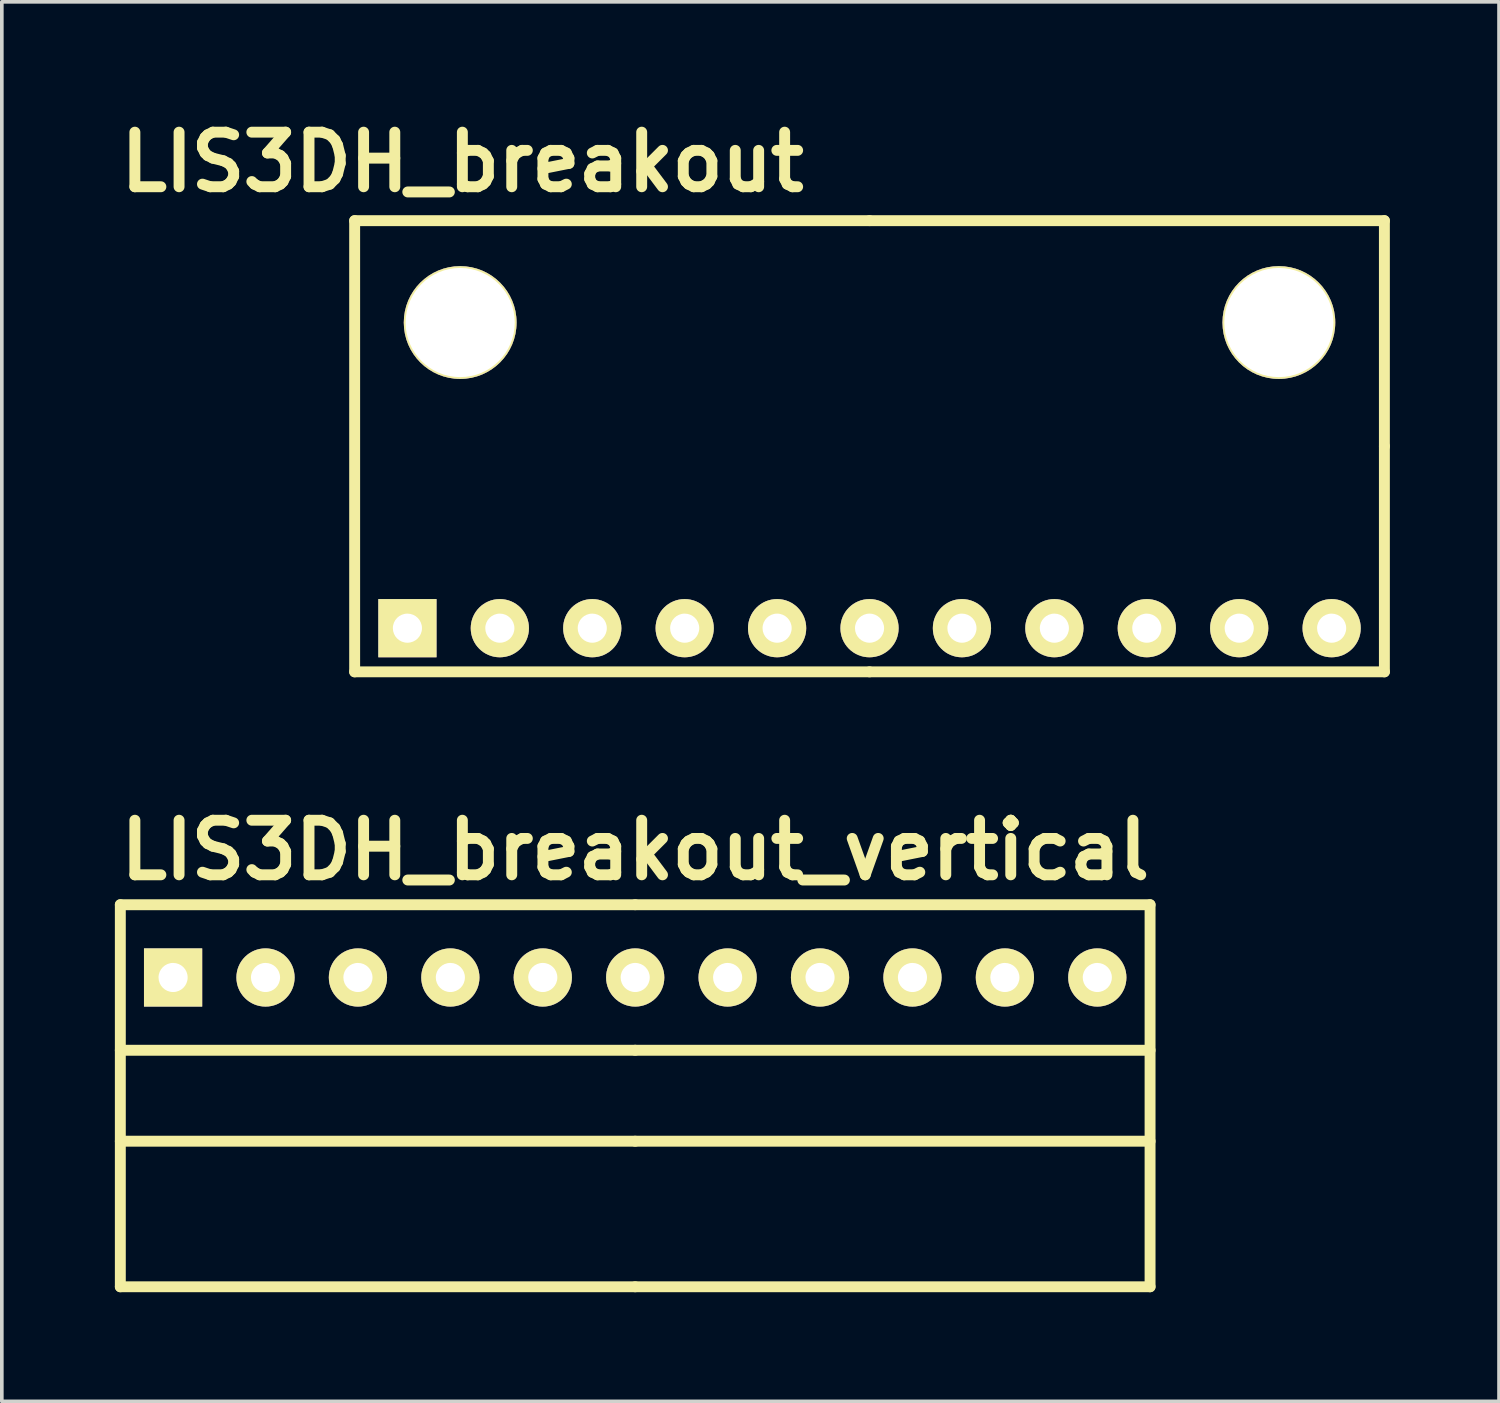
<source format=kicad_pcb>
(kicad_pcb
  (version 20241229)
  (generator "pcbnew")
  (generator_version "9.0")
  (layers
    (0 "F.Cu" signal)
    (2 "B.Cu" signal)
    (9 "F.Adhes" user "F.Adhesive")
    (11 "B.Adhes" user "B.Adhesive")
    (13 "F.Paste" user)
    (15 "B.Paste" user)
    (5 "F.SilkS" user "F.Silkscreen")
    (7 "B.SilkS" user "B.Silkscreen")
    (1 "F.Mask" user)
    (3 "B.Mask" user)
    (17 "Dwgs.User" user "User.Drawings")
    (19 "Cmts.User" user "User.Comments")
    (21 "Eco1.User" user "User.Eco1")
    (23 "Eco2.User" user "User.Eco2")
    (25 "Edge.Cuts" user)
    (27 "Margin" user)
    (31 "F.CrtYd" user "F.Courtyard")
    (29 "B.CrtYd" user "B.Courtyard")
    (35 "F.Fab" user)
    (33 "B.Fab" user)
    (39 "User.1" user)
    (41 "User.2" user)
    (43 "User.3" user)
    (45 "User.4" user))
  (footprint "LIS3DH_breakout_vertical"
    (layer "F.Cu")
    (at 14.407 18.814)
    (property "Reference" "LIS3DH_breakout_vertical" (at 0 1.5 0) (layer "F.SilkS") (effects (font (size 1.5 1.5) (thickness 0.3))))
    (attr through_hole)
    (fp_line (start -14.15 3) (end -14.15 13.5) (stroke (width 0.3) (type solid)) (layer "F.SilkS"))
    (fp_line (start -14.15 7) (end 0 7) (stroke (width 0.3) (type solid)) (layer "F.SilkS"))
    (fp_line (start 0 3) (end -14.15 3) (stroke (width 0.3) (type solid)) (layer "F.SilkS"))
    (fp_line (start 0 7) (end 14.15 7) (stroke (width 0.3) (type solid)) (layer "F.SilkS"))
    (fp_line (start 0 9.5) (end -14.15 9.5) (stroke (width 0.3) (type solid)) (layer "F.SilkS"))
    (fp_line (start 0 9.5) (end 14.15 9.5) (stroke (width 0.3) (type solid)) (layer "F.SilkS"))
    (fp_line (start 0 13.5) (end -14.15 13.5) (stroke (width 0.3) (type solid)) (layer "F.SilkS"))
    (fp_line (start 0 13.5) (end 14.15 13.5) (stroke (width 0.3) (type solid)) (layer "F.SilkS"))
    (fp_line (start 14.15 3) (end 0 3) (stroke (width 0.3) (type solid)) (layer "F.SilkS"))
    (fp_line (start 14.15 3) (end 14.15 13.5) (stroke (width 0.3) (type solid)) (layer "F.SilkS"))
    (pad "1" thru_hole rect (at -12.7 5) (size 1.6 1.6) (drill 0.8) (layers "*.Cu" "*.Mask" "F.SilkS"))
    (pad "2" thru_hole circle (at -10.16 5) (size 1.6 1.6) (drill 0.8) (layers "*.Cu" "*.Mask" "F.SilkS"))
    (pad "3" thru_hole circle (at -7.62 5) (size 1.6 1.6) (drill 0.8) (layers "*.Cu" "*.Mask" "F.SilkS"))
    (pad "4" thru_hole circle (at -5.08 5) (size 1.6 1.6) (drill 0.8) (layers "*.Cu" "*.Mask" "F.SilkS"))
    (pad "5" thru_hole circle (at -2.54 5) (size 1.6 1.6) (drill 0.8) (layers "*.Cu" "*.Mask" "F.SilkS"))
    (pad "6" thru_hole circle (at 0 5) (size 1.6 1.6) (drill 0.8) (layers "*.Cu" "*.Mask" "F.SilkS"))
    (pad "7" thru_hole circle (at 2.54 5) (size 1.6 1.6) (drill 0.8) (layers "*.Cu" "*.Mask" "F.SilkS"))
    (pad "8" thru_hole circle (at 5.08 5) (size 1.6 1.6) (drill 0.8) (layers "*.Cu" "*.Mask" "F.SilkS"))
    (pad "9" thru_hole circle (at 7.62 5) (size 1.6 1.6) (drill 0.8) (layers "*.Cu" "*.Mask" "F.SilkS"))
    (pad "10" thru_hole circle (at 10.16 5) (size 1.6 1.6) (drill 0.8) (layers "*.Cu" "*.Mask" "F.SilkS"))
    (pad "11" thru_hole circle (at 12.7 5) (size 1.6 1.6) (drill 0.8) (layers "*.Cu" "*.Mask" "F.SilkS")))
  (footprint "LIS3DH_breakout"
    (layer "F.Cu")
    (at 20.847 9.214)
    (property "Reference" "LIS3DH_breakout" (at -11.19 -7.81 0) (layer "F.SilkS") (effects (font (size 1.5 1.5) (thickness 0.3))))
    (attr through_hole)
    (fp_line (start -14.15 -6.2) (end -14.15 6.2) (stroke (width 0.3) (type solid)) (layer "F.SilkS"))
    (fp_line (start -14.15 6.2) (end 0 6.2) (stroke (width 0.3) (type solid)) (layer "F.SilkS"))
    (fp_line (start 0 -6.2) (end -14.15 -6.2) (stroke (width 0.3) (type solid)) (layer "F.SilkS"))
    (fp_line (start 0 6.2) (end 14.15 6.2) (stroke (width 0.3) (type solid)) (layer "F.SilkS"))
    (fp_line (start 14.15 -6.2) (end 0 -6.2) (stroke (width 0.3) (type solid)) (layer "F.SilkS"))
    (fp_line (start 14.15 0) (end 14.15 -6.2) (stroke (width 0.3) (type solid)) (layer "F.SilkS"))
    (fp_line (start 14.15 6.2) (end 14.15 0) (stroke (width 0.3) (type solid)) (layer "F.SilkS"))
    (pad "" thru_hole circle (at -11.25 -3.4) (size 3.1 3.1) (drill 3) (layers "*.Cu" "*.Mask" "F.SilkS"))
    (pad "" thru_hole circle (at 11.25 -3.4) (size 3.1 3.1) (drill 3) (layers "*.Cu" "*.Mask" "F.SilkS"))
    (pad "1" thru_hole rect (at -12.7 5) (size 1.6 1.6) (drill 0.8) (layers "*.Cu" "*.Mask" "F.SilkS"))
    (pad "2" thru_hole circle (at -10.16 5) (size 1.6 1.6) (drill 0.8) (layers "*.Cu" "*.Mask" "F.SilkS"))
    (pad "3" thru_hole circle (at -7.62 5) (size 1.6 1.6) (drill 0.8) (layers "*.Cu" "*.Mask" "F.SilkS"))
    (pad "4" thru_hole circle (at -5.08 5) (size 1.6 1.6) (drill 0.8) (layers "*.Cu" "*.Mask" "F.SilkS"))
    (pad "5" thru_hole circle (at -2.54 5) (size 1.6 1.6) (drill 0.8) (layers "*.Cu" "*.Mask" "F.SilkS"))
    (pad "6" thru_hole circle (at 0 5) (size 1.6 1.6) (drill 0.8) (layers "*.Cu" "*.Mask" "F.SilkS"))
    (pad "7" thru_hole circle (at 2.54 5) (size 1.6 1.6) (drill 0.8) (layers "*.Cu" "*.Mask" "F.SilkS"))
    (pad "8" thru_hole circle (at 5.08 5) (size 1.6 1.6) (drill 0.8) (layers "*.Cu" "*.Mask" "F.SilkS"))
    (pad "9" thru_hole circle (at 7.62 5) (size 1.6 1.6) (drill 0.8) (layers "*.Cu" "*.Mask" "F.SilkS"))
    (pad "10" thru_hole circle (at 10.16 5) (size 1.6 1.6) (drill 0.8) (layers "*.Cu" "*.Mask" "F.SilkS"))
    (pad "11" thru_hole circle (at 12.7 5) (size 1.6 1.6) (drill 0.8) (layers "*.Cu" "*.Mask" "F.SilkS")))
  (gr_rect
    (start -3 -3)
    (end 38.147 35.464)
    (stroke (width 0.1) (type default))
    (fill no)
    (layer "Edge.Cuts")))
</source>
